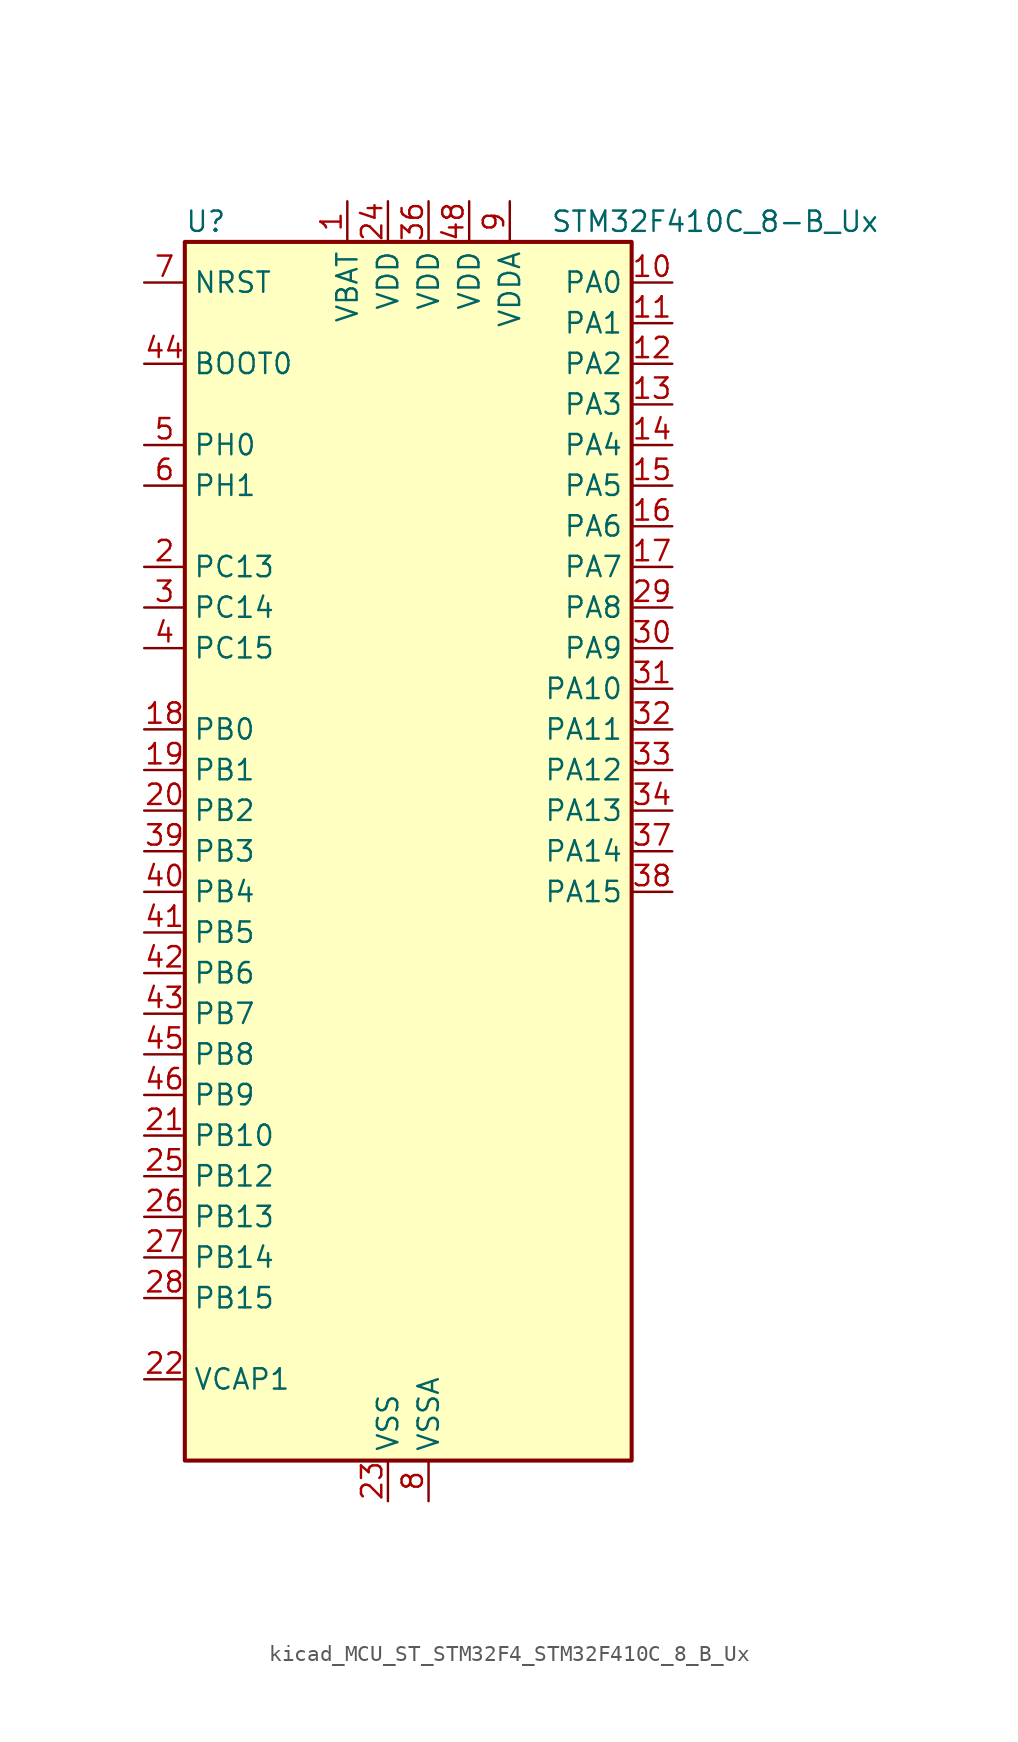
<source format=kicad_sym>
(kicad_symbol_lib
  (version 20220914)
  (generator kicad_symbol_editor)
  (symbol "kicad_MCU_ST_STM32F4_STM32F410C_8_B_Ux"
    (property "Reference" "U"
      (at -12.7 39.37 0)
      (effects (font (size 1.27 1.27)) (justify left)))
    (property "Value" "STM32F410C_8-B_Ux"
      (at 10.16 39.37 0)
      (effects (font (size 1.27 1.27)) (justify left)))
    (property "ki_locked" ""
      (at 0 0 0)
      (effects (font (size 1.27 1.27))))
    (symbol "kicad_MCU_ST_STM32F4_STM32F410C_8_B_Ux_0_1"
      (rectangle (start -12.7 -38.1) (end 15.24 38.1) (stroke (width 0.254) (type default)) (fill (type background))))
    (symbol "kicad_MCU_ST_STM32F4_STM32F410C_8_B_Ux_1_1"
      (pin power_in line (at -2.54 40.64 270) (length 2.54) (name "VBAT" (effects (font (size 1.27 1.27)))) (number "1" (effects (font (size 1.27 1.27)))))
      (pin bidirectional line (at 17.78 35.56 180) (length 2.54) (name "PA0" (effects (font (size 1.27 1.27)))) (number "10" (effects (font (size 1.27 1.27)))) (alternate "ADC1_IN0" bidirectional line) (alternate "SYS_WKUP1" bidirectional line) (alternate "TIM5_CH1" bidirectional line) (alternate "USART2_CTS" bidirectional line))
      (pin bidirectional line (at 17.78 33.02 180) (length 2.54) (name "PA1" (effects (font (size 1.27 1.27)))) (number "11" (effects (font (size 1.27 1.27)))) (alternate "ADC1_IN1" bidirectional line) (alternate "TIM5_CH2" bidirectional line) (alternate "USART2_RTS" bidirectional line))
      (pin bidirectional line (at 17.78 30.48 180) (length 2.54) (name "PA2" (effects (font (size 1.27 1.27)))) (number "12" (effects (font (size 1.27 1.27)))) (alternate "ADC1_IN2" bidirectional line) (alternate "I2S_CKIN" bidirectional line) (alternate "TIM5_CH3" bidirectional line) (alternate "TIM9_CH1" bidirectional line) (alternate "USART2_TX" bidirectional line))
      (pin bidirectional line (at 17.78 27.94 180) (length 2.54) (name "PA3" (effects (font (size 1.27 1.27)))) (number "13" (effects (font (size 1.27 1.27)))) (alternate "ADC1_IN3" bidirectional line) (alternate "I2S2_MCK" bidirectional line) (alternate "TIM5_CH4" bidirectional line) (alternate "TIM9_CH2" bidirectional line) (alternate "USART2_RX" bidirectional line))
      (pin bidirectional line (at 17.78 25.4 180) (length 2.54) (name "PA4" (effects (font (size 1.27 1.27)))) (number "14" (effects (font (size 1.27 1.27)))) (alternate "ADC1_IN4" bidirectional line) (alternate "I2S1_WS" bidirectional line) (alternate "SPI1_NSS" bidirectional line) (alternate "USART2_CK" bidirectional line))
      (pin bidirectional line (at 17.78 22.86 180) (length 2.54) (name "PA5" (effects (font (size 1.27 1.27)))) (number "15" (effects (font (size 1.27 1.27)))) (alternate "ADC1_IN5" bidirectional line) (alternate "DAC_OUT1" bidirectional line) (alternate "I2S1_CK" bidirectional line) (alternate "SPI1_SCK" bidirectional line))
      (pin bidirectional line (at 17.78 20.32 180) (length 2.54) (name "PA6" (effects (font (size 1.27 1.27)))) (number "16" (effects (font (size 1.27 1.27)))) (alternate "ADC1_IN6" bidirectional line) (alternate "I2S2_MCK" bidirectional line) (alternate "SPI1_MISO" bidirectional line) (alternate "TIM1_BKIN" bidirectional line))
      (pin bidirectional line (at 17.78 17.78 180) (length 2.54) (name "PA7" (effects (font (size 1.27 1.27)))) (number "17" (effects (font (size 1.27 1.27)))) (alternate "ADC1_IN7" bidirectional line) (alternate "I2S1_SD" bidirectional line) (alternate "SPI1_MOSI" bidirectional line) (alternate "TIM1_CH1N" bidirectional line))
      (pin bidirectional line (at -15.24 7.62 0) (length 2.54) (name "PB0" (effects (font (size 1.27 1.27)))) (number "18" (effects (font (size 1.27 1.27)))) (alternate "ADC1_IN8" bidirectional line) (alternate "I2S5_CK" bidirectional line) (alternate "SPI5_SCK" bidirectional line) (alternate "TIM1_CH2N" bidirectional line))
      (pin bidirectional line (at -15.24 5.08 0) (length 2.54) (name "PB1" (effects (font (size 1.27 1.27)))) (number "19" (effects (font (size 1.27 1.27)))) (alternate "ADC1_IN9" bidirectional line) (alternate "I2S5_WS" bidirectional line) (alternate "SPI5_NSS" bidirectional line) (alternate "TIM1_CH3N" bidirectional line))
      (pin bidirectional line (at -15.24 17.78 0) (length 2.54) (name "PC13" (effects (font (size 1.27 1.27)))) (number "2" (effects (font (size 1.27 1.27)))) (alternate "RTC_AF1" bidirectional line))
      (pin bidirectional line (at -15.24 2.54 0) (length 2.54) (name "PB2" (effects (font (size 1.27 1.27)))) (number "20" (effects (font (size 1.27 1.27)))) (alternate "LPTIM1_OUT" bidirectional line))
      (pin bidirectional line (at -15.24 -17.78 0) (length 2.54) (name "PB10" (effects (font (size 1.27 1.27)))) (number "21" (effects (font (size 1.27 1.27)))) (alternate "FMPI2C1_SCL" bidirectional line) (alternate "I2C2_SCL" bidirectional line) (alternate "I2S1_MCK" bidirectional line) (alternate "I2S2_CK" bidirectional line) (alternate "SPI2_SCK" bidirectional line))
      (pin power_out line (at -15.24 -33.02 0) (length 2.54) (name "VCAP1" (effects (font (size 1.27 1.27)))) (number "22" (effects (font (size 1.27 1.27)))))
      (pin power_in line (at 0 -40.64 90) (length 2.54) (name "VSS" (effects (font (size 1.27 1.27)))) (number "23" (effects (font (size 1.27 1.27)))))
      (pin power_in line (at 0 40.64 270) (length 2.54) (name "VDD" (effects (font (size 1.27 1.27)))) (number "24" (effects (font (size 1.27 1.27)))))
      (pin bidirectional line (at -15.24 -20.32 0) (length 2.54) (name "PB12" (effects (font (size 1.27 1.27)))) (number "25" (effects (font (size 1.27 1.27)))) (alternate "I2C2_SMBA" bidirectional line) (alternate "I2S2_WS" bidirectional line) (alternate "SPI2_NSS" bidirectional line) (alternate "TIM1_BKIN" bidirectional line) (alternate "TIM5_CH1" bidirectional line))
      (pin bidirectional line (at -15.24 -22.86 0) (length 2.54) (name "PB13" (effects (font (size 1.27 1.27)))) (number "26" (effects (font (size 1.27 1.27)))) (alternate "FMPI2C1_SMBA" bidirectional line) (alternate "I2S2_CK" bidirectional line) (alternate "SPI2_SCK" bidirectional line) (alternate "TIM1_CH1N" bidirectional line))
      (pin bidirectional line (at -15.24 -25.4 0) (length 2.54) (name "PB14" (effects (font (size 1.27 1.27)))) (number "27" (effects (font (size 1.27 1.27)))) (alternate "FMPI2C1_SDA" bidirectional line) (alternate "SPI2_MISO" bidirectional line) (alternate "TIM1_CH2N" bidirectional line))
      (pin bidirectional line (at -15.24 -27.94 0) (length 2.54) (name "PB15" (effects (font (size 1.27 1.27)))) (number "28" (effects (font (size 1.27 1.27)))) (alternate "ADC1_EXTI15" bidirectional line) (alternate "FMPI2C1_SCL" bidirectional line) (alternate "I2S2_SD" bidirectional line) (alternate "RTC_REFIN" bidirectional line) (alternate "SPI2_MOSI" bidirectional line) (alternate "TIM1_CH3N" bidirectional line))
      (pin bidirectional line (at 17.78 15.24 180) (length 2.54) (name "PA8" (effects (font (size 1.27 1.27)))) (number "29" (effects (font (size 1.27 1.27)))) (alternate "FMPI2C1_SCL" bidirectional line) (alternate "RCC_MCO_1" bidirectional line) (alternate "TIM1_CH1" bidirectional line) (alternate "USART1_CK" bidirectional line))
      (pin bidirectional line (at -15.24 15.24 0) (length 2.54) (name "PC14" (effects (font (size 1.27 1.27)))) (number "3" (effects (font (size 1.27 1.27)))) (alternate "RCC_OSC32_IN" bidirectional line))
      (pin bidirectional line (at 17.78 12.7 180) (length 2.54) (name "PA9" (effects (font (size 1.27 1.27)))) (number "30" (effects (font (size 1.27 1.27)))) (alternate "DAC_EXTI9" bidirectional line) (alternate "TIM1_CH2" bidirectional line) (alternate "USART1_TX" bidirectional line))
      (pin bidirectional line (at 17.78 10.16 180) (length 2.54) (name "PA10" (effects (font (size 1.27 1.27)))) (number "31" (effects (font (size 1.27 1.27)))) (alternate "I2S5_SD" bidirectional line) (alternate "SPI5_MOSI" bidirectional line) (alternate "TIM1_CH3" bidirectional line) (alternate "USART1_RX" bidirectional line))
      (pin bidirectional line (at 17.78 7.62 180) (length 2.54) (name "PA11" (effects (font (size 1.27 1.27)))) (number "32" (effects (font (size 1.27 1.27)))) (alternate "ADC1_EXTI11" bidirectional line) (alternate "TIM1_CH4" bidirectional line) (alternate "USART1_CTS" bidirectional line) (alternate "USART6_TX" bidirectional line))
      (pin bidirectional line (at 17.78 5.08 180) (length 2.54) (name "PA12" (effects (font (size 1.27 1.27)))) (number "33" (effects (font (size 1.27 1.27)))) (alternate "SPI5_MISO" bidirectional line) (alternate "TIM1_ETR" bidirectional line) (alternate "USART1_RTS" bidirectional line) (alternate "USART6_RX" bidirectional line))
      (pin bidirectional line (at 17.78 2.54 180) (length 2.54) (name "PA13" (effects (font (size 1.27 1.27)))) (number "34" (effects (font (size 1.27 1.27)))) (alternate "SYS_JTMS-SWDIO" bidirectional line))
      (pin passive line (at 0 -40.64 90) (length 2.54) hide (name "VSS" (effects (font (size 1.27 1.27)))) (number "35" (effects (font (size 1.27 1.27)))))
      (pin power_in line (at 2.54 40.64 270) (length 2.54) (name "VDD" (effects (font (size 1.27 1.27)))) (number "36" (effects (font (size 1.27 1.27)))))
      (pin bidirectional line (at 17.78 0 180) (length 2.54) (name "PA14" (effects (font (size 1.27 1.27)))) (number "37" (effects (font (size 1.27 1.27)))) (alternate "SYS_JTCK-SWCLK" bidirectional line))
      (pin bidirectional line (at 17.78 -2.54 180) (length 2.54) (name "PA15" (effects (font (size 1.27 1.27)))) (number "38" (effects (font (size 1.27 1.27)))) (alternate "ADC1_EXTI15" bidirectional line) (alternate "I2S1_WS" bidirectional line) (alternate "SPI1_NSS" bidirectional line) (alternate "SYS_JTDI" bidirectional line) (alternate "USART1_TX" bidirectional line))
      (pin bidirectional line (at -15.24 0 0) (length 2.54) (name "PB3" (effects (font (size 1.27 1.27)))) (number "39" (effects (font (size 1.27 1.27)))) (alternate "FMPI2C1_SDA" bidirectional line) (alternate "I2C2_SDA" bidirectional line) (alternate "I2S1_CK" bidirectional line) (alternate "SPI1_SCK" bidirectional line) (alternate "SYS_JTDO-SWO" bidirectional line) (alternate "USART1_RX" bidirectional line))
      (pin bidirectional line (at -15.24 12.7 0) (length 2.54) (name "PC15" (effects (font (size 1.27 1.27)))) (number "4" (effects (font (size 1.27 1.27)))) (alternate "ADC1_EXTI15" bidirectional line) (alternate "RCC_OSC32_OUT" bidirectional line))
      (pin bidirectional line (at -15.24 -2.54 0) (length 2.54) (name "PB4" (effects (font (size 1.27 1.27)))) (number "40" (effects (font (size 1.27 1.27)))) (alternate "SPI1_MISO" bidirectional line) (alternate "SYS_JTRST" bidirectional line))
      (pin bidirectional line (at -15.24 -5.08 0) (length 2.54) (name "PB5" (effects (font (size 1.27 1.27)))) (number "41" (effects (font (size 1.27 1.27)))) (alternate "I2C1_SMBA" bidirectional line) (alternate "I2S1_SD" bidirectional line) (alternate "LPTIM1_IN1" bidirectional line) (alternate "SPI1_MOSI" bidirectional line))
      (pin bidirectional line (at -15.24 -7.62 0) (length 2.54) (name "PB6" (effects (font (size 1.27 1.27)))) (number "42" (effects (font (size 1.27 1.27)))) (alternate "I2C1_SCL" bidirectional line) (alternate "LPTIM1_ETR" bidirectional line) (alternate "USART1_TX" bidirectional line))
      (pin bidirectional line (at -15.24 -10.16 0) (length 2.54) (name "PB7" (effects (font (size 1.27 1.27)))) (number "43" (effects (font (size 1.27 1.27)))) (alternate "I2C1_SDA" bidirectional line) (alternate "LPTIM1_IN2" bidirectional line) (alternate "USART1_RX" bidirectional line))
      (pin input line (at -15.24 30.48 0) (length 2.54) (name "BOOT0" (effects (font (size 1.27 1.27)))) (number "44" (effects (font (size 1.27 1.27)))))
      (pin bidirectional line (at -15.24 -12.7 0) (length 2.54) (name "PB8" (effects (font (size 1.27 1.27)))) (number "45" (effects (font (size 1.27 1.27)))) (alternate "I2C1_SCL" bidirectional line) (alternate "I2S5_SD" bidirectional line) (alternate "LPTIM1_OUT" bidirectional line) (alternate "SPI5_MOSI" bidirectional line))
      (pin bidirectional line (at -15.24 -15.24 0) (length 2.54) (name "PB9" (effects (font (size 1.27 1.27)))) (number "46" (effects (font (size 1.27 1.27)))) (alternate "DAC_EXTI9" bidirectional line) (alternate "I2C1_SDA" bidirectional line) (alternate "I2C2_SDA" bidirectional line) (alternate "I2S2_WS" bidirectional line) (alternate "SPI2_NSS" bidirectional line) (alternate "TIM11_CH1" bidirectional line))
      (pin passive line (at 0 -40.64 90) (length 2.54) hide (name "VSS" (effects (font (size 1.27 1.27)))) (number "47" (effects (font (size 1.27 1.27)))))
      (pin power_in line (at 5.08 40.64 270) (length 2.54) (name "VDD" (effects (font (size 1.27 1.27)))) (number "48" (effects (font (size 1.27 1.27)))))
      (pin passive line (at 0 -40.64 90) (length 2.54) hide (name "VSS" (effects (font (size 1.27 1.27)))) (number "49" (effects (font (size 1.27 1.27)))))
      (pin bidirectional line (at -15.24 25.4 0) (length 2.54) (name "PH0" (effects (font (size 1.27 1.27)))) (number "5" (effects (font (size 1.27 1.27)))) (alternate "RCC_OSC_IN" bidirectional line))
      (pin bidirectional line (at -15.24 22.86 0) (length 2.54) (name "PH1" (effects (font (size 1.27 1.27)))) (number "6" (effects (font (size 1.27 1.27)))) (alternate "RCC_OSC_OUT" bidirectional line))
      (pin input line (at -15.24 35.56 0) (length 2.54) (name "NRST" (effects (font (size 1.27 1.27)))) (number "7" (effects (font (size 1.27 1.27)))))
      (pin power_in line (at 2.54 -40.64 90) (length 2.54) (name "VSSA" (effects (font (size 1.27 1.27)))) (number "8" (effects (font (size 1.27 1.27)))))
      (pin power_in line (at 7.62 40.64 270) (length 2.54) (name "VDDA" (effects (font (size 1.27 1.27)))) (number "9" (effects (font (size 1.27 1.27))))))))
</source>
